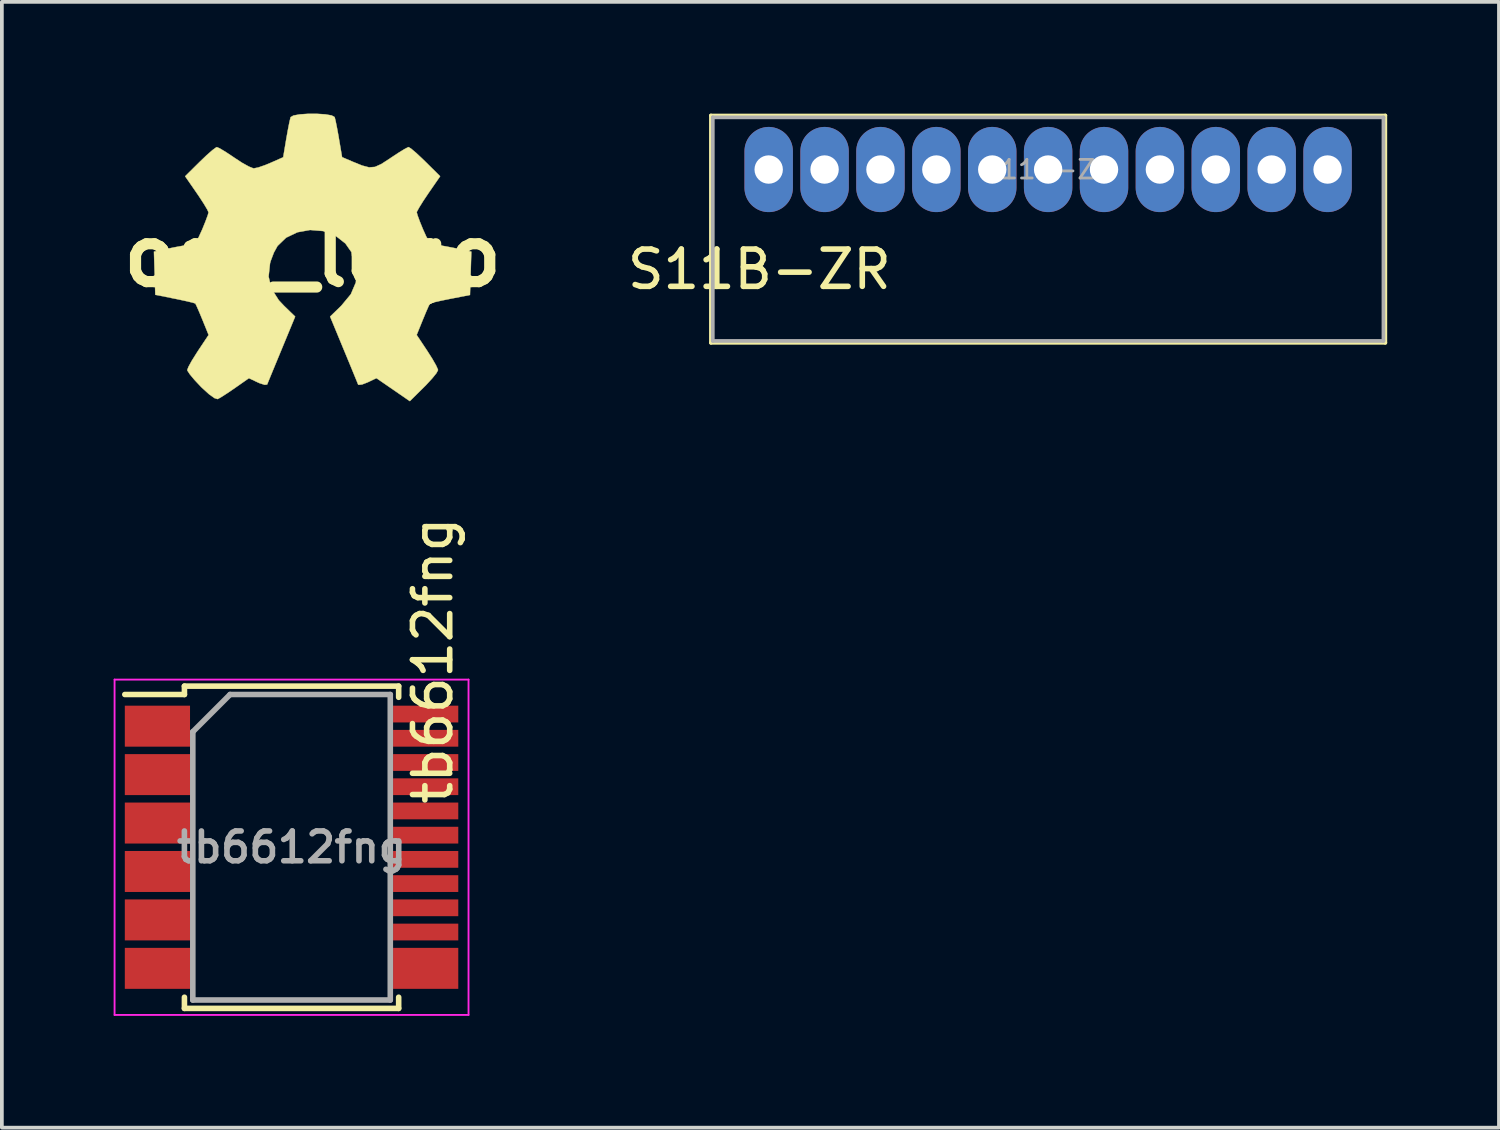
<source format=kicad_pcb>
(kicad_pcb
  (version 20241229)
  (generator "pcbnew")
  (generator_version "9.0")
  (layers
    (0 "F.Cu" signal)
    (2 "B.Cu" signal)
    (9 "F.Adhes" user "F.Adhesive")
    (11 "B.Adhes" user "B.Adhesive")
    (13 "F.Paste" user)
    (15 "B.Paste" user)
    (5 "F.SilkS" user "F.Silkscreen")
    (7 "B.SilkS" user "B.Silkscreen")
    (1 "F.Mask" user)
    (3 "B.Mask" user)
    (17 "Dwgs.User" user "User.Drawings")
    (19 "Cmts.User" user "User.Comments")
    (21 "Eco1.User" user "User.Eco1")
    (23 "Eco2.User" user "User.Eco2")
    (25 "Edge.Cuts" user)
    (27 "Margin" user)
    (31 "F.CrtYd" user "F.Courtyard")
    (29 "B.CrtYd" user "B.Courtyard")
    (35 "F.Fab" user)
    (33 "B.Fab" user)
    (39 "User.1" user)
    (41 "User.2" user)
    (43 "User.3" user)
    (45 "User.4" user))
  (footprint "osh_logo"
    (layer "F.Cu")
    (at 5.341 3.819)
    (property "Reference" "osh_logo" (at 0 0 0) (layer "F.SilkS") (effects (font (size 1.524 1.524) (thickness 0.3))))
    (attr through_hole)
    (fp_poly (pts (xy 0.339 -3.8) (xy 0.509 -3.771) (xy 0.59 -3.727) (xy 0.591 -3.725) (xy 0.616 -3.624) (xy 0.654 -3.435) (xy 0.698 -3.196) (xy 0.706 -3.145) (xy 0.79 -2.651) (xy 1.067 -2.532) (xy 1.328 -2.426) (xy 1.515 -2.377) (xy 1.673 -2.389) (xy 1.843 -2.466) (xy 2.069 -2.612) (xy 2.09 -2.627) (xy 2.296 -2.763) (xy 2.463 -2.866) (xy 2.563 -2.918) (xy 2.576 -2.921) (xy 2.643 -2.879) (xy 2.776 -2.767) (xy 2.949 -2.605) (xy 3.027 -2.529) (xy 3.422 -2.138) (xy 3.108 -1.684) (xy 2.966 -1.472) (xy 2.858 -1.298) (xy 2.799 -1.189) (xy 2.794 -1.17) (xy 2.817 -1.085) (xy 2.878 -0.92) (xy 2.959 -0.721) (xy 3.054 -0.511) (xy 3.131 -0.39) (xy 3.221 -0.328) (xy 3.35 -0.296) (xy 3.373 -0.292) (xy 3.593 -0.253) (xy 3.849 -0.203) (xy 3.941 -0.184) (xy 4.259 -0.115) (xy 4.241 0.466) (xy 4.223 1.048) (xy 3.697 1.15) (xy 3.455 1.199) (xy 3.266 1.242) (xy 3.16 1.271) (xy 3.148 1.277) (xy 3.114 1.344) (xy 3.047 1.497) (xy 2.962 1.702) (xy 2.958 1.711) (xy 2.792 2.121) (xy 3.079 2.552) (xy 3.213 2.763) (xy 3.313 2.939) (xy 3.363 3.05) (xy 3.365 3.065) (xy 3.323 3.145) (xy 3.209 3.286) (xy 3.047 3.462) (xy 2.987 3.522) (xy 2.608 3.897) (xy 1.712 3.28) (xy 1.477 3.392) (xy 1.327 3.45) (xy 1.233 3.46) (xy 1.221 3.451) (xy 1.191 3.376) (xy 1.121 3.206) (xy 1.021 2.962) (xy 0.899 2.667) (xy 0.835 2.513) (xy 0.469 1.628) (xy 0.768 1.338) (xy 1.025 1.028) (xy 1.16 0.711) (xy 1.177 0.373) (xy 1.146 0.207) (xy 1.038 -0.107) (xy 0.879 -0.335) (xy 0.642 -0.52) (xy 0.605 -0.542) (xy 0.281 -0.668) (xy -0.068 -0.697) (xy -0.41 -0.635) (xy -0.714 -0.489) (xy -0.943 -0.267) (xy -1.041 -0.089) (xy -1.126 0.135) (xy -1.144 0.201) (xy -1.182 0.554) (xy -1.105 0.878) (xy -0.909 1.188) (xy -0.768 1.338) (xy -0.469 1.628) (xy -0.835 2.513) (xy -0.964 2.825) (xy -1.076 3.096) (xy -1.162 3.305) (xy -1.212 3.428) (xy -1.221 3.451) (xy -1.285 3.459) (xy -1.419 3.417) (xy -1.476 3.392) (xy -1.71 3.281) (xy -2.087 3.545) (xy -2.285 3.68) (xy -2.45 3.786) (xy -2.547 3.841) (xy -2.55 3.842) (xy -2.636 3.815) (xy -2.782 3.71) (xy -2.968 3.541) (xy -3.001 3.508) (xy -3.171 3.327) (xy -3.298 3.174) (xy -3.362 3.076) (xy -3.365 3.061) (xy -3.332 2.975) (xy -3.244 2.814) (xy -3.117 2.611) (xy -3.079 2.552) (xy -2.792 2.121) (xy -2.958 1.711) (xy -3.044 1.504) (xy -3.112 1.349) (xy -3.147 1.278) (xy -3.148 1.277) (xy -3.217 1.254) (xy -3.38 1.215) (xy -3.607 1.166) (xy -3.697 1.148) (xy -4.223 1.043) (xy -4.241 0.464) (xy -4.259 -0.115) (xy -3.941 -0.184) (xy -3.694 -0.234) (xy -3.45 -0.279) (xy -3.373 -0.292) (xy -3.236 -0.322) (xy -3.143 -0.378) (xy -3.065 -0.489) (xy -2.975 -0.685) (xy -2.959 -0.721) (xy -2.875 -0.929) (xy -2.815 -1.091) (xy -2.794 -1.17) (xy -2.828 -1.246) (xy -2.919 -1.398) (xy -3.049 -1.598) (xy -3.108 -1.684) (xy -3.422 -2.138) (xy -3.027 -2.529) (xy -2.843 -2.705) (xy -2.689 -2.84) (xy -2.589 -2.913) (xy -2.57 -2.92) (xy -2.492 -2.886) (xy -2.34 -2.795) (xy -2.145 -2.666) (xy -2.1 -2.635) (xy -1.891 -2.498) (xy -1.71 -2.398) (xy -1.591 -2.351) (xy -1.578 -2.35) (xy -1.459 -2.374) (xy -1.274 -2.438) (xy -1.127 -2.499) (xy -0.79 -2.648) (xy -0.707 -3.144) (xy -0.663 -3.389) (xy -0.623 -3.592) (xy -0.594 -3.713) (xy -0.591 -3.725) (xy -0.514 -3.769) (xy -0.346 -3.799) (xy -0.125 -3.814) (xy 0.116 -3.814) (xy 0.339 -3.8)) (stroke (width 0.01) (type solid)) (fill yes) (layer "F.SilkS")))
  (footprint "tb6612fng"
    (layer "F.Cu")
    (at 4.775 19.69)
    (property "Reference" "tb6612fng" (at 3.79 -5.01 90) (layer "F.SilkS") (effects (font (size 1 1) (thickness 0.15))))
    (attr smd)
    (fp_line (start -2.875 -4.325) (end -2.875 -4.1) (stroke (width 0.15) (type solid)) (layer "F.SilkS"))
    (fp_line (start -2.875 -4.325) (end 2.875 -4.325) (stroke (width 0.15) (type solid)) (layer "F.SilkS"))
    (fp_line (start -2.875 -4.1) (end -4.475 -4.1) (stroke (width 0.15) (type solid)) (layer "F.SilkS"))
    (fp_line (start -2.875 4.325) (end -2.875 4.025) (stroke (width 0.15) (type solid)) (layer "F.SilkS"))
    (fp_line (start -2.875 4.325) (end 2.875 4.325) (stroke (width 0.15) (type solid)) (layer "F.SilkS"))
    (fp_line (start 2.875 -4.325) (end 2.875 -4.025) (stroke (width 0.15) (type solid)) (layer "F.SilkS"))
    (fp_line (start 2.875 4.325) (end 2.875 4.025) (stroke (width 0.15) (type solid)) (layer "F.SilkS"))
    (fp_line (start -4.75 -4.5) (end -4.75 4.5) (stroke (width 0.05) (type solid)) (layer "F.CrtYd"))
    (fp_line (start -4.75 -4.5) (end 4.75 -4.5) (stroke (width 0.05) (type solid)) (layer "F.CrtYd"))
    (fp_line (start -4.75 4.5) (end 4.75 4.5) (stroke (width 0.05) (type solid)) (layer "F.CrtYd"))
    (fp_line (start 4.75 -4.5) (end 4.75 4.5) (stroke (width 0.05) (type solid)) (layer "F.CrtYd"))
    (fp_line (start -2.65 -3.1) (end -1.65 -4.1) (stroke (width 0.15) (type solid)) (layer "F.Fab"))
    (fp_line (start -2.65 4.1) (end -2.65 -3.1) (stroke (width 0.15) (type solid)) (layer "F.Fab"))
    (fp_line (start -1.65 -4.1) (end 2.65 -4.1) (stroke (width 0.15) (type solid)) (layer "F.Fab"))
    (fp_line (start 2.65 -4.1) (end 2.65 4.1) (stroke (width 0.15) (type solid)) (layer "F.Fab"))
    (fp_line (start 2.65 4.1) (end -2.65 4.1) (stroke (width 0.15) (type solid)) (layer "F.Fab"))
    (fp_text user "${REFERENCE}" (at 0 0 0) (layer "F.Fab") (effects (font (size 0.8 0.8) (thickness 0.15))))
    (pad "1" smd rect (at -3.6 -3.25) (size 1.75 1.1) (layers "F.Cu" "F.Mask" "F.Paste"))
    (pad "2" smd rect (at -3.6 -1.95) (size 1.75 1.1) (layers "F.Cu" "F.Mask" "F.Paste"))
    (pad "3" smd rect (at -3.6 -0.65) (size 1.75 1.1) (layers "F.Cu" "F.Mask" "F.Paste"))
    (pad "4" smd rect (at -3.6 0.65) (size 1.75 1.1) (layers "F.Cu" "F.Mask" "F.Paste"))
    (pad "5" smd rect (at -3.6 1.95) (size 1.75 1.1) (layers "F.Cu" "F.Mask" "F.Paste"))
    (pad "6" smd rect (at -3.6 3.25) (size 1.75 1.1) (layers "F.Cu" "F.Mask" "F.Paste"))
    (pad "7" smd rect (at 3.6 -3.575) (size 1.75 0.45) (layers "F.Cu" "F.Mask" "F.Paste"))
    (pad "8" smd rect (at 3.6 -2.925) (size 1.75 0.45) (layers "F.Cu" "F.Mask" "F.Paste"))
    (pad "9" smd rect (at 3.6 -2.275) (size 1.75 0.45) (layers "F.Cu" "F.Mask" "F.Paste"))
    (pad "10" smd rect (at 3.6 -1.625) (size 1.75 0.45) (layers "F.Cu" "F.Mask" "F.Paste"))
    (pad "11" smd rect (at 3.6 -0.975) (size 1.75 0.45) (layers "F.Cu" "F.Mask" "F.Paste"))
    (pad "12" smd rect (at 3.6 -0.325) (size 1.75 0.45) (layers "F.Cu" "F.Mask" "F.Paste"))
    (pad "13" smd rect (at 3.6 0.325) (size 1.75 0.45) (layers "F.Cu" "F.Mask" "F.Paste"))
    (pad "14" smd rect (at 3.6 0.975) (size 1.75 0.45) (layers "F.Cu" "F.Mask" "F.Paste"))
    (pad "15" smd rect (at 3.6 1.625) (size 1.75 0.45) (layers "F.Cu" "F.Mask" "F.Paste"))
    (pad "16" smd rect (at 3.6 2.275) (size 1.75 0.45) (layers "F.Cu" "F.Mask" "F.Paste"))
    (pad "17" smd rect (at 3.6 3.25) (size 1.75 1.1) (layers "F.Cu" "F.Mask" "F.Paste")))
  (footprint "S11B-ZR"
    (layer "F.Cu")
    (at 25.081 1.5)
    (property "Reference" "S11B-ZR" (at -7.75 2.68 0) (layer "F.SilkS") (effects (font (size 1 1) (thickness 0.15))))
    (attr through_hole)
    (fp_line (start -9.05 -1.45) (end -9.05 4.65) (stroke (width 0.1) (type solid)) (layer "F.SilkS"))
    (fp_line (start 9.05 -1.45) (end -9.05 -1.45) (stroke (width 0.1) (type solid)) (layer "F.SilkS"))
    (fp_line (start 9.05 -1.45) (end 9.05 4.65) (stroke (width 0.1) (type solid)) (layer "F.SilkS"))
    (fp_line (start 9.05 4.65) (end -9.05 4.65) (stroke (width 0.1) (type solid)) (layer "F.SilkS"))
    (fp_line (start -9 -1.4) (end -9 4.6) (stroke (width 0.1) (type solid)) (layer "F.Fab"))
    (fp_line (start -9 -1.4) (end 9 -1.4) (stroke (width 0.1) (type solid)) (layer "F.Fab"))
    (fp_line (start -9 4.6) (end 9 4.6) (stroke (width 0.1) (type solid)) (layer "F.Fab"))
    (fp_line (start 9 -1.4) (end 9 4.6) (stroke (width 0.1) (type solid)) (layer "F.Fab"))
    (fp_text user "${REFERENCE}" (at 0 0 0) (layer "F.Fab") (effects (font (size 0.5 0.5) (thickness 0.075))))
    (pad "1" thru_hole oval (at -7.5 0) (size 1.3 2.286) (drill 0.762) (layers "*.Cu" "*.Mask"))
    (pad "2" thru_hole oval (at -6 0) (size 1.3 2.286) (drill 0.762) (layers "*.Cu" "*.Mask"))
    (pad "3" thru_hole oval (at -4.5 0) (size 1.3 2.286) (drill 0.762) (layers "*.Cu" "*.Mask"))
    (pad "4" thru_hole oval (at -3 0) (size 1.3 2.286) (drill 0.762) (layers "*.Cu" "*.Mask"))
    (pad "5" thru_hole oval (at -1.5 0) (size 1.3 2.286) (drill 0.762) (layers "*.Cu" "*.Mask"))
    (pad "6" thru_hole oval (at 0 0) (size 1.3 2.286) (drill 0.762) (layers "*.Cu" "*.Mask"))
    (pad "7" thru_hole oval (at 1.5 0) (size 1.3 2.286) (drill 0.762) (layers "*.Cu" "*.Mask"))
    (pad "8" thru_hole oval (at 3 0) (size 1.3 2.286) (drill 0.762) (layers "*.Cu" "*.Mask"))
    (pad "9" thru_hole oval (at 4.5 0) (size 1.3 2.286) (drill 0.762) (layers "*.Cu" "*.Mask"))
    (pad "10" thru_hole oval (at 6 0) (size 1.3 2.286) (drill 0.762) (layers "*.Cu" "*.Mask"))
    (pad "11" thru_hole oval (at 7.5 0) (size 1.3 2.286) (drill 0.762) (layers "*.Cu" "*.Mask")))
  (gr_rect
    (start -3 -3)
    (end 37.181 27.215)
    (stroke (width 0.1) (type default))
    (fill no)
    (layer "Edge.Cuts")))
</source>
